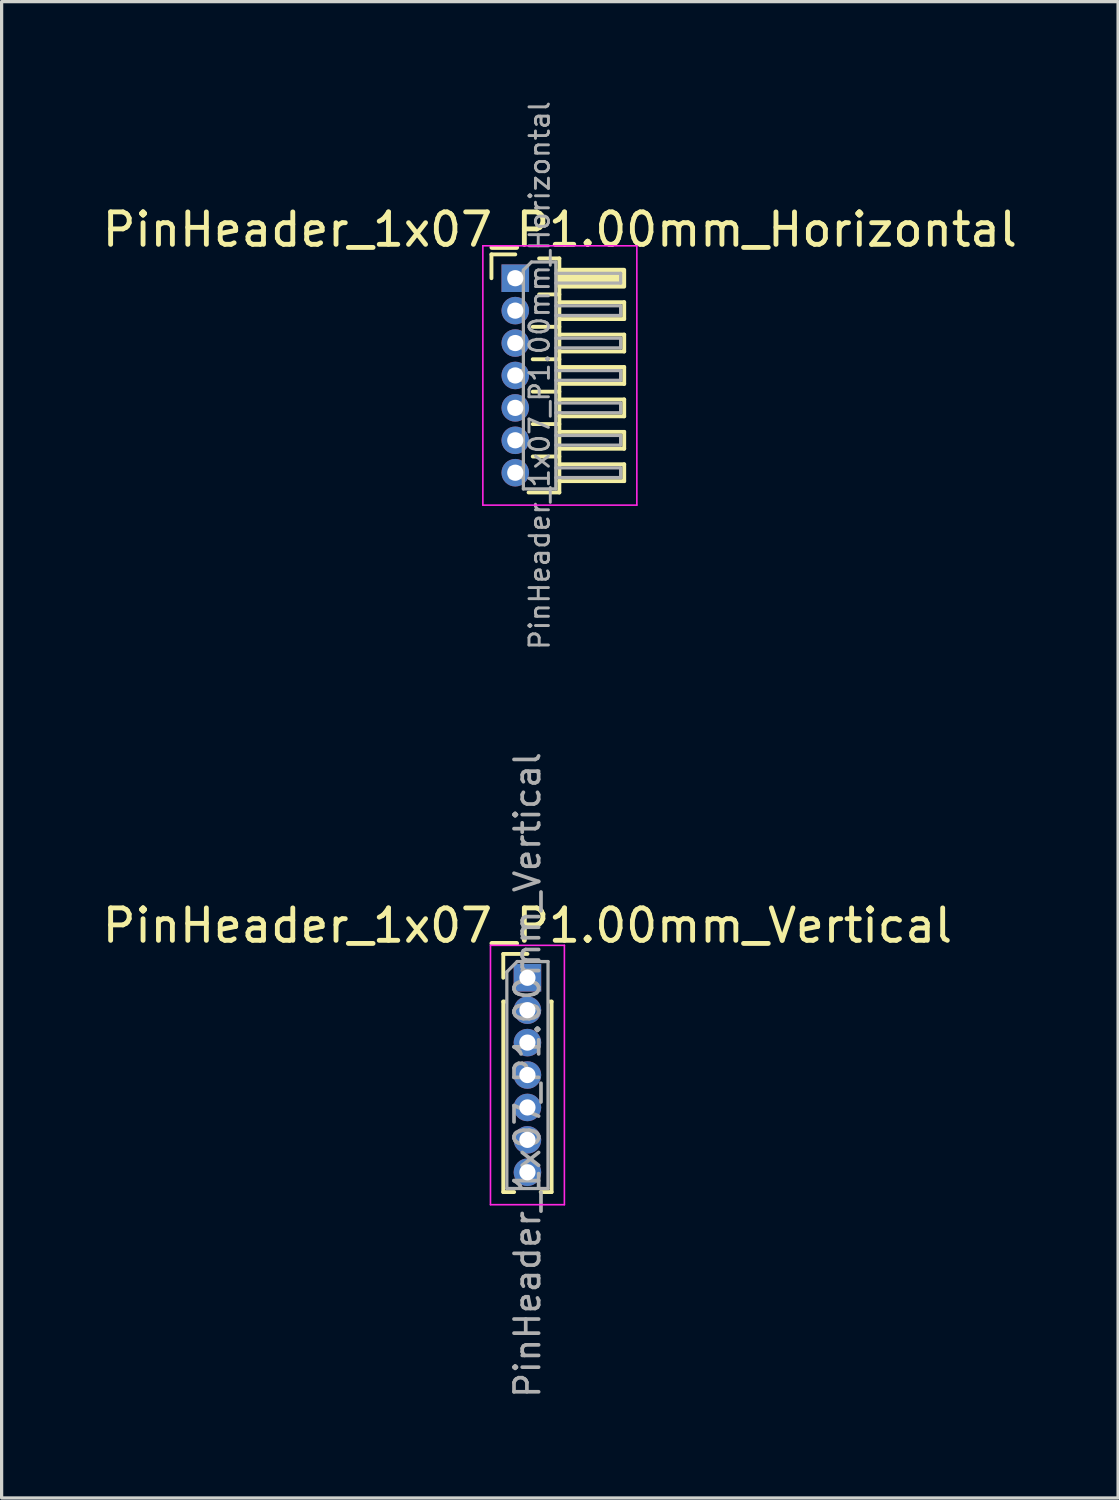
<source format=kicad_pcb>
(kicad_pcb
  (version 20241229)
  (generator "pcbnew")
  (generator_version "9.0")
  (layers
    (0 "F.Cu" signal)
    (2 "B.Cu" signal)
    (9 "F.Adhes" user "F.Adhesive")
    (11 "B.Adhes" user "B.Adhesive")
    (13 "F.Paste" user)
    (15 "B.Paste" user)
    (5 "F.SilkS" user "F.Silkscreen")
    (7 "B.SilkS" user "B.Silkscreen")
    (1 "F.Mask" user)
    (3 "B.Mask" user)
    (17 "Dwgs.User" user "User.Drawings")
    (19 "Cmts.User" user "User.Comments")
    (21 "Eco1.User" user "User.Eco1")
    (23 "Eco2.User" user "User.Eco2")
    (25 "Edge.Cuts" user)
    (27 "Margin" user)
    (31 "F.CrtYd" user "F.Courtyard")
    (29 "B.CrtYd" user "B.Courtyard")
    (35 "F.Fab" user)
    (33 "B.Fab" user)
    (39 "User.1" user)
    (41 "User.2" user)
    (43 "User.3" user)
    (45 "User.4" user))
  (footprint "PinHeader_1x07_P1.00mm_Horizontal"
    (layer "F.Cu")
    (at 12.845 5.532)
    (property "Reference" "PinHeader_1x07_P1.00mm_Horizontal" (at 1.375 -1.5 0) (layer "F.SilkS") (effects (font (size 1 1) (thickness 0.15))))
    (attr through_hole)
    (fp_line (start -0.735 -0.735) (end 0 -0.735) (stroke (width 0.12) (type solid)) (layer "F.SilkS"))
    (fp_line (start -0.735 0) (end -0.735 -0.735) (stroke (width 0.12) (type solid)) (layer "F.SilkS"))
    (fp_line (start 0.539 1.5) (end 1.36 1.5) (stroke (width 0.12) (type solid)) (layer "F.SilkS"))
    (fp_line (start 0.539 2.5) (end 1.36 2.5) (stroke (width 0.12) (type solid)) (layer "F.SilkS"))
    (fp_line (start 0.539 3.5) (end 1.36 3.5) (stroke (width 0.12) (type solid)) (layer "F.SilkS"))
    (fp_line (start 0.539 4.5) (end 1.36 4.5) (stroke (width 0.12) (type solid)) (layer "F.SilkS"))
    (fp_line (start 0.539 5.5) (end 1.36 5.5) (stroke (width 0.12) (type solid)) (layer "F.SilkS"))
    (fp_line (start 0.735 -0.61) (end 1.36 -0.61) (stroke (width 0.12) (type solid)) (layer "F.SilkS"))
    (fp_line (start 0.735 0.5) (end 1.36 0.5) (stroke (width 0.12) (type solid)) (layer "F.SilkS"))
    (fp_line (start 1.36 -0.61) (end 1.36 6.61) (stroke (width 0.12) (type solid)) (layer "F.SilkS"))
    (fp_line (start 1.36 0.74) (end 3.36 0.74) (stroke (width 0.12) (type solid)) (layer "F.SilkS"))
    (fp_line (start 1.36 1.74) (end 3.36 1.74) (stroke (width 0.12) (type solid)) (layer "F.SilkS"))
    (fp_line (start 1.36 2.74) (end 3.36 2.74) (stroke (width 0.12) (type solid)) (layer "F.SilkS"))
    (fp_line (start 1.36 3.74) (end 3.36 3.74) (stroke (width 0.12) (type solid)) (layer "F.SilkS"))
    (fp_line (start 1.36 4.74) (end 3.36 4.74) (stroke (width 0.12) (type solid)) (layer "F.SilkS"))
    (fp_line (start 1.36 5.74) (end 3.36 5.74) (stroke (width 0.12) (type solid)) (layer "F.SilkS"))
    (fp_line (start 1.36 6.61) (end 0.41 6.61) (stroke (width 0.12) (type solid)) (layer "F.SilkS"))
    (fp_line (start 3.36 0.74) (end 3.36 1.26) (stroke (width 0.12) (type solid)) (layer "F.SilkS"))
    (fp_line (start 3.36 1.26) (end 1.36 1.26) (stroke (width 0.12) (type solid)) (layer "F.SilkS"))
    (fp_line (start 3.36 1.74) (end 3.36 2.26) (stroke (width 0.12) (type solid)) (layer "F.SilkS"))
    (fp_line (start 3.36 2.26) (end 1.36 2.26) (stroke (width 0.12) (type solid)) (layer "F.SilkS"))
    (fp_line (start 3.36 2.74) (end 3.36 3.26) (stroke (width 0.12) (type solid)) (layer "F.SilkS"))
    (fp_line (start 3.36 3.26) (end 1.36 3.26) (stroke (width 0.12) (type solid)) (layer "F.SilkS"))
    (fp_line (start 3.36 3.74) (end 3.36 4.26) (stroke (width 0.12) (type solid)) (layer "F.SilkS"))
    (fp_line (start 3.36 4.26) (end 1.36 4.26) (stroke (width 0.12) (type solid)) (layer "F.SilkS"))
    (fp_line (start 3.36 4.74) (end 3.36 5.26) (stroke (width 0.12) (type solid)) (layer "F.SilkS"))
    (fp_line (start 3.36 5.26) (end 1.36 5.26) (stroke (width 0.12) (type solid)) (layer "F.SilkS"))
    (fp_line (start 3.36 5.74) (end 3.36 6.26) (stroke (width 0.12) (type solid)) (layer "F.SilkS"))
    (fp_line (start 3.36 6.26) (end 1.36 6.26) (stroke (width 0.12) (type solid)) (layer "F.SilkS"))
    (fp_rect (start 1.36 -0.26) (end 3.36 0.26) (stroke (width 0.12) (type solid)) (fill yes) (layer "F.SilkS"))
    (fp_line (start -1 -1) (end -1 7) (stroke (width 0.05) (type solid)) (layer "F.CrtYd"))
    (fp_line (start -1 7) (end 3.75 7) (stroke (width 0.05) (type solid)) (layer "F.CrtYd"))
    (fp_line (start 3.75 -1) (end -1 -1) (stroke (width 0.05) (type solid)) (layer "F.CrtYd"))
    (fp_line (start 3.75 7) (end 3.75 -1) (stroke (width 0.05) (type solid)) (layer "F.CrtYd"))
    (fp_line (start -0.15 -0.15) (end -0.15 0.15) (stroke (width 0.1) (type solid)) (layer "F.Fab"))
    (fp_line (start -0.15 -0.15) (end 0.25 -0.15) (stroke (width 0.1) (type solid)) (layer "F.Fab"))
    (fp_line (start -0.15 0.15) (end 0.25 0.15) (stroke (width 0.1) (type solid)) (layer "F.Fab"))
    (fp_line (start -0.15 0.85) (end -0.15 1.15) (stroke (width 0.1) (type solid)) (layer "F.Fab"))
    (fp_line (start -0.15 0.85) (end 0.25 0.85) (stroke (width 0.1) (type solid)) (layer "F.Fab"))
    (fp_line (start -0.15 1.15) (end 0.25 1.15) (stroke (width 0.1) (type solid)) (layer "F.Fab"))
    (fp_line (start -0.15 1.85) (end -0.15 2.15) (stroke (width 0.1) (type solid)) (layer "F.Fab"))
    (fp_line (start -0.15 1.85) (end 0.25 1.85) (stroke (width 0.1) (type solid)) (layer "F.Fab"))
    (fp_line (start -0.15 2.15) (end 0.25 2.15) (stroke (width 0.1) (type solid)) (layer "F.Fab"))
    (fp_line (start -0.15 2.85) (end -0.15 3.15) (stroke (width 0.1) (type solid)) (layer "F.Fab"))
    (fp_line (start -0.15 2.85) (end 0.25 2.85) (stroke (width 0.1) (type solid)) (layer "F.Fab"))
    (fp_line (start -0.15 3.15) (end 0.25 3.15) (stroke (width 0.1) (type solid)) (layer "F.Fab"))
    (fp_line (start -0.15 3.85) (end -0.15 4.15) (stroke (width 0.1) (type solid)) (layer "F.Fab"))
    (fp_line (start -0.15 3.85) (end 0.25 3.85) (stroke (width 0.1) (type solid)) (layer "F.Fab"))
    (fp_line (start -0.15 4.15) (end 0.25 4.15) (stroke (width 0.1) (type solid)) (layer "F.Fab"))
    (fp_line (start -0.15 4.85) (end -0.15 5.15) (stroke (width 0.1) (type solid)) (layer "F.Fab"))
    (fp_line (start -0.15 4.85) (end 0.25 4.85) (stroke (width 0.1) (type solid)) (layer "F.Fab"))
    (fp_line (start -0.15 5.15) (end 0.25 5.15) (stroke (width 0.1) (type solid)) (layer "F.Fab"))
    (fp_line (start -0.15 5.85) (end -0.15 6.15) (stroke (width 0.1) (type solid)) (layer "F.Fab"))
    (fp_line (start -0.15 5.85) (end 0.25 5.85) (stroke (width 0.1) (type solid)) (layer "F.Fab"))
    (fp_line (start -0.15 6.15) (end 0.25 6.15) (stroke (width 0.1) (type solid)) (layer "F.Fab"))
    (fp_line (start 0.25 -0.25) (end 0.5 -0.5) (stroke (width 0.1) (type solid)) (layer "F.Fab"))
    (fp_line (start 0.25 6.5) (end 0.25 -0.25) (stroke (width 0.1) (type solid)) (layer "F.Fab"))
    (fp_line (start 0.5 -0.5) (end 1.25 -0.5) (stroke (width 0.1) (type solid)) (layer "F.Fab"))
    (fp_line (start 1.25 -0.5) (end 1.25 6.5) (stroke (width 0.1) (type solid)) (layer "F.Fab"))
    (fp_line (start 1.25 -0.15) (end 3.25 -0.15) (stroke (width 0.1) (type solid)) (layer "F.Fab"))
    (fp_line (start 1.25 0.15) (end 3.25 0.15) (stroke (width 0.1) (type solid)) (layer "F.Fab"))
    (fp_line (start 1.25 0.85) (end 3.25 0.85) (stroke (width 0.1) (type solid)) (layer "F.Fab"))
    (fp_line (start 1.25 1.15) (end 3.25 1.15) (stroke (width 0.1) (type solid)) (layer "F.Fab"))
    (fp_line (start 1.25 1.85) (end 3.25 1.85) (stroke (width 0.1) (type solid)) (layer "F.Fab"))
    (fp_line (start 1.25 2.15) (end 3.25 2.15) (stroke (width 0.1) (type solid)) (layer "F.Fab"))
    (fp_line (start 1.25 2.85) (end 3.25 2.85) (stroke (width 0.1) (type solid)) (layer "F.Fab"))
    (fp_line (start 1.25 3.15) (end 3.25 3.15) (stroke (width 0.1) (type solid)) (layer "F.Fab"))
    (fp_line (start 1.25 3.85) (end 3.25 3.85) (stroke (width 0.1) (type solid)) (layer "F.Fab"))
    (fp_line (start 1.25 4.15) (end 3.25 4.15) (stroke (width 0.1) (type solid)) (layer "F.Fab"))
    (fp_line (start 1.25 4.85) (end 3.25 4.85) (stroke (width 0.1) (type solid)) (layer "F.Fab"))
    (fp_line (start 1.25 5.15) (end 3.25 5.15) (stroke (width 0.1) (type solid)) (layer "F.Fab"))
    (fp_line (start 1.25 5.85) (end 3.25 5.85) (stroke (width 0.1) (type solid)) (layer "F.Fab"))
    (fp_line (start 1.25 6.15) (end 3.25 6.15) (stroke (width 0.1) (type solid)) (layer "F.Fab"))
    (fp_line (start 1.25 6.5) (end 0.25 6.5) (stroke (width 0.1) (type solid)) (layer "F.Fab"))
    (fp_line (start 3.25 -0.15) (end 3.25 0.15) (stroke (width 0.1) (type solid)) (layer "F.Fab"))
    (fp_line (start 3.25 0.85) (end 3.25 1.15) (stroke (width 0.1) (type solid)) (layer "F.Fab"))
    (fp_line (start 3.25 1.85) (end 3.25 2.15) (stroke (width 0.1) (type solid)) (layer "F.Fab"))
    (fp_line (start 3.25 2.85) (end 3.25 3.15) (stroke (width 0.1) (type solid)) (layer "F.Fab"))
    (fp_line (start 3.25 3.85) (end 3.25 4.15) (stroke (width 0.1) (type solid)) (layer "F.Fab"))
    (fp_line (start 3.25 4.85) (end 3.25 5.15) (stroke (width 0.1) (type solid)) (layer "F.Fab"))
    (fp_line (start 3.25 5.85) (end 3.25 6.15) (stroke (width 0.1) (type solid)) (layer "F.Fab"))
    (fp_text user "${REFERENCE}" (at 0.75 3 90) (layer "F.Fab") (effects (font (size 0.6 0.6) (thickness 0.09))))
    (pad "1" thru_hole rect (at 0 0) (size 0.85 0.85) (drill 0.5) (layers "*.Cu" "*.Mask"))
    (pad "2" thru_hole circle (at 0 1) (size 0.85 0.85) (drill 0.5) (layers "*.Cu" "*.Mask"))
    (pad "3" thru_hole circle (at 0 2) (size 0.85 0.85) (drill 0.5) (layers "*.Cu" "*.Mask"))
    (pad "4" thru_hole circle (at 0 3) (size 0.85 0.85) (drill 0.5) (layers "*.Cu" "*.Mask"))
    (pad "5" thru_hole circle (at 0 4) (size 0.85 0.85) (drill 0.5) (layers "*.Cu" "*.Mask"))
    (pad "6" thru_hole circle (at 0 5) (size 0.85 0.85) (drill 0.5) (layers "*.Cu" "*.Mask"))
    (pad "7" thru_hole circle (at 0 6) (size 0.85 0.85) (drill 0.5) (layers "*.Cu" "*.Mask")))
  (footprint "PinHeader_1x07_P1.00mm_Vertical"
    (layer "F.Cu")
    (at 13.22 27.112)
    (property "Reference" "PinHeader_1x07_P1.00mm_Vertical" (at 0 -1.61 0) (layer "F.SilkS") (effects (font (size 1 1) (thickness 0.15))))
    (attr through_hole)
    (fp_line (start -0.745 -0.735) (end 0 -0.735) (stroke (width 0.12) (type solid)) (layer "F.SilkS"))
    (fp_line (start -0.745 0) (end -0.745 -0.735) (stroke (width 0.12) (type solid)) (layer "F.SilkS"))
    (fp_line (start -0.745 0.735) (end -0.745 6.61) (stroke (width 0.12) (type solid)) (layer "F.SilkS"))
    (fp_line (start -0.745 0.735) (end -0.686 0.735) (stroke (width 0.12) (type solid)) (layer "F.SilkS"))
    (fp_line (start -0.745 6.61) (end -0.41 6.61) (stroke (width 0.12) (type solid)) (layer "F.SilkS"))
    (fp_line (start 0.41 6.61) (end 0.745 6.61) (stroke (width 0.12) (type solid)) (layer "F.SilkS"))
    (fp_line (start 0.686 0.735) (end 0.745 0.735) (stroke (width 0.12) (type solid)) (layer "F.SilkS"))
    (fp_line (start 0.745 0.735) (end 0.745 6.61) (stroke (width 0.12) (type solid)) (layer "F.SilkS"))
    (fp_line (start -1.14 -1) (end -1.14 7) (stroke (width 0.05) (type solid)) (layer "F.CrtYd"))
    (fp_line (start -1.14 7) (end 1.14 7) (stroke (width 0.05) (type solid)) (layer "F.CrtYd"))
    (fp_line (start 1.14 -1) (end -1.14 -1) (stroke (width 0.05) (type solid)) (layer "F.CrtYd"))
    (fp_line (start 1.14 7) (end 1.14 -1) (stroke (width 0.05) (type solid)) (layer "F.CrtYd"))
    (fp_line (start -0.635 -0.182) (end -0.318 -0.5) (stroke (width 0.1) (type solid)) (layer "F.Fab"))
    (fp_line (start -0.635 6.5) (end -0.635 -0.182) (stroke (width 0.1) (type solid)) (layer "F.Fab"))
    (fp_line (start -0.318 -0.5) (end 0.635 -0.5) (stroke (width 0.1) (type solid)) (layer "F.Fab"))
    (fp_line (start 0.635 -0.5) (end 0.635 6.5) (stroke (width 0.1) (type solid)) (layer "F.Fab"))
    (fp_line (start 0.635 6.5) (end -0.635 6.5) (stroke (width 0.1) (type solid)) (layer "F.Fab"))
    (fp_text user "${REFERENCE}" (at 0 3 90) (layer "F.Fab") (effects (font (size 0.76 0.76) (thickness 0.114))))
    (pad "1" thru_hole rect (at 0 0) (size 0.85 0.85) (drill 0.5) (layers "*.Cu" "*.Mask"))
    (pad "2" thru_hole circle (at 0 1) (size 0.85 0.85) (drill 0.5) (layers "*.Cu" "*.Mask"))
    (pad "3" thru_hole circle (at 0 2) (size 0.85 0.85) (drill 0.5) (layers "*.Cu" "*.Mask"))
    (pad "4" thru_hole circle (at 0 3) (size 0.85 0.85) (drill 0.5) (layers "*.Cu" "*.Mask"))
    (pad "5" thru_hole circle (at 0 4) (size 0.85 0.85) (drill 0.5) (layers "*.Cu" "*.Mask"))
    (pad "6" thru_hole circle (at 0 5) (size 0.85 0.85) (drill 0.5) (layers "*.Cu" "*.Mask"))
    (pad "7" thru_hole circle (at 0 6) (size 0.85 0.85) (drill 0.5) (layers "*.Cu" "*.Mask")))
  (gr_rect
    (start -3 -3)
    (end 31.44 43.159)
    (stroke (width 0.1) (type default))
    (fill no)
    (layer "Edge.Cuts")))
</source>
